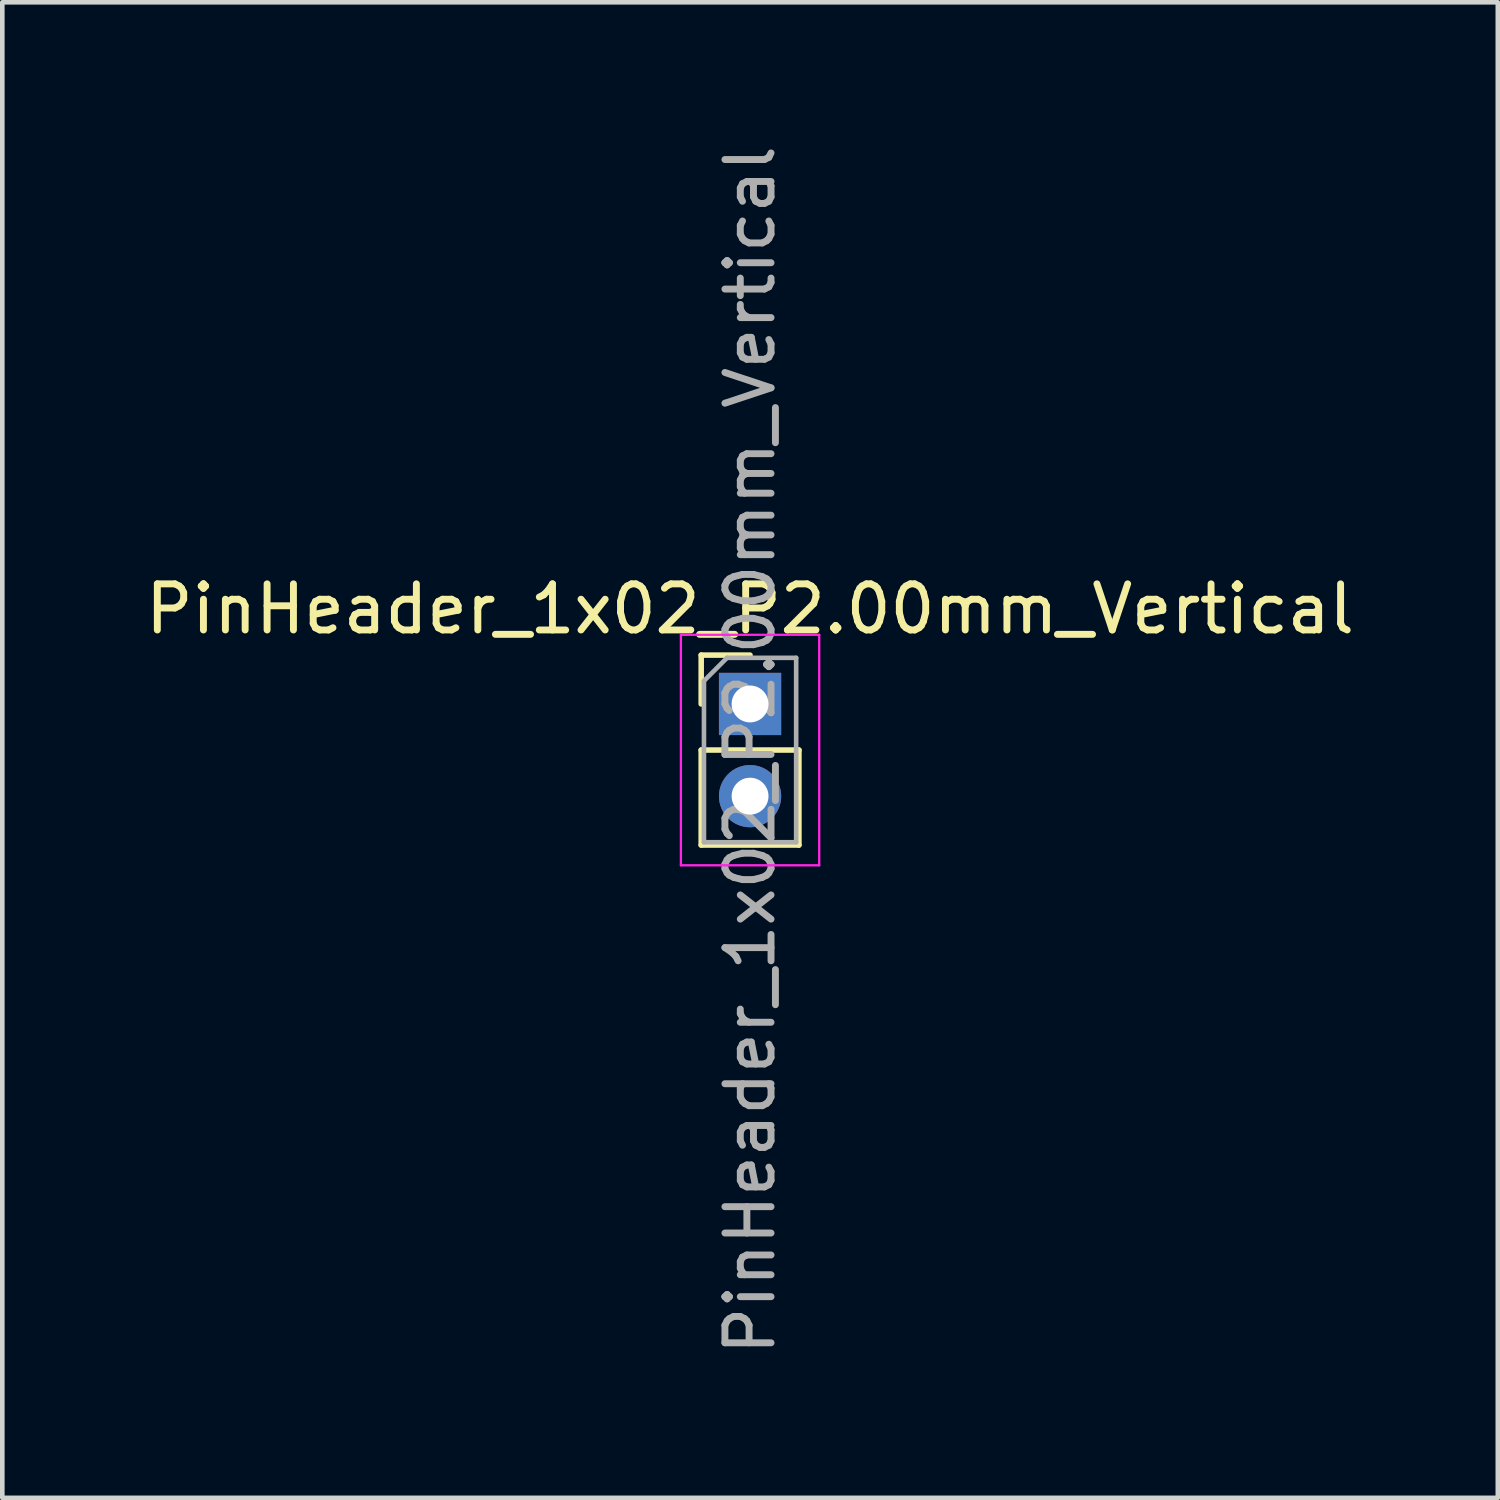
<source format=kicad_pcb>
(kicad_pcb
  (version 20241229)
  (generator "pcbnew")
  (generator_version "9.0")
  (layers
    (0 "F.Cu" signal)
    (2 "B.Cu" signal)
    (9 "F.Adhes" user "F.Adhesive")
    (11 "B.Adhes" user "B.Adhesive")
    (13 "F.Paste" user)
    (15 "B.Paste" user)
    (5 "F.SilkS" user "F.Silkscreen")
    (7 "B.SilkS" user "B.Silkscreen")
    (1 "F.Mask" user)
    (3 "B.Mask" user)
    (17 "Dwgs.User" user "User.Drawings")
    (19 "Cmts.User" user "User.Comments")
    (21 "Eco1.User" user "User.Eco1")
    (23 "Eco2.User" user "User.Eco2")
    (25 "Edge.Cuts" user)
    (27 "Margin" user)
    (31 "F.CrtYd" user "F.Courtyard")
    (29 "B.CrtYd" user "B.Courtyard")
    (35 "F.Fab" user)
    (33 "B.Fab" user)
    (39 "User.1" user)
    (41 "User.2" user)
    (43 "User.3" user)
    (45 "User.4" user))
  (footprint "PinHeader_1x02_P2.00mm_Vertical"
    (layer "F.Cu")
    (at 13.22 12.22)
    (property "Reference" "PinHeader_1x02_P2.00mm_Vertical" (at 0 -2.06 0) (layer "F.SilkS") (effects (font (size 1 1) (thickness 0.15))))
    (attr through_hole)
    (fp_line (start -1.06 -1.06) (end 0 -1.06) (stroke (width 0.12) (type solid)) (layer "F.SilkS"))
    (fp_line (start -1.06 0) (end -1.06 -1.06) (stroke (width 0.12) (type solid)) (layer "F.SilkS"))
    (fp_line (start -1.06 1) (end -1.06 3.06) (stroke (width 0.12) (type solid)) (layer "F.SilkS"))
    (fp_line (start -1.06 1) (end 1.06 1) (stroke (width 0.12) (type solid)) (layer "F.SilkS"))
    (fp_line (start -1.06 3.06) (end 1.06 3.06) (stroke (width 0.12) (type solid)) (layer "F.SilkS"))
    (fp_line (start 1.06 1) (end 1.06 3.06) (stroke (width 0.12) (type solid)) (layer "F.SilkS"))
    (fp_line (start -1.5 -1.5) (end -1.5 3.5) (stroke (width 0.05) (type solid)) (layer "F.CrtYd"))
    (fp_line (start -1.5 3.5) (end 1.5 3.5) (stroke (width 0.05) (type solid)) (layer "F.CrtYd"))
    (fp_line (start 1.5 -1.5) (end -1.5 -1.5) (stroke (width 0.05) (type solid)) (layer "F.CrtYd"))
    (fp_line (start 1.5 3.5) (end 1.5 -1.5) (stroke (width 0.05) (type solid)) (layer "F.CrtYd"))
    (fp_line (start -1 -0.5) (end -0.5 -1) (stroke (width 0.1) (type solid)) (layer "F.Fab"))
    (fp_line (start -1 3) (end -1 -0.5) (stroke (width 0.1) (type solid)) (layer "F.Fab"))
    (fp_line (start -0.5 -1) (end 1 -1) (stroke (width 0.1) (type solid)) (layer "F.Fab"))
    (fp_line (start 1 -1) (end 1 3) (stroke (width 0.1) (type solid)) (layer "F.Fab"))
    (fp_line (start 1 3) (end -1 3) (stroke (width 0.1) (type solid)) (layer "F.Fab"))
    (fp_text user "${REFERENCE}" (at 0 1 90) (layer "F.Fab") (effects (font (size 1 1) (thickness 0.15))))
    (pad "1" thru_hole rect (at 0 0) (size 1.35 1.35) (drill 0.8) (layers "*.Mask" "B.Cu"))
    (pad "2" thru_hole oval (at 0 2) (size 1.35 1.35) (drill 0.8) (layers "*.Mask" "B.Cu")))
  (gr_rect
    (start -3 -3)
    (end 29.44 29.44)
    (stroke (width 0.1) (type default))
    (fill no)
    (layer "Edge.Cuts")))
</source>
